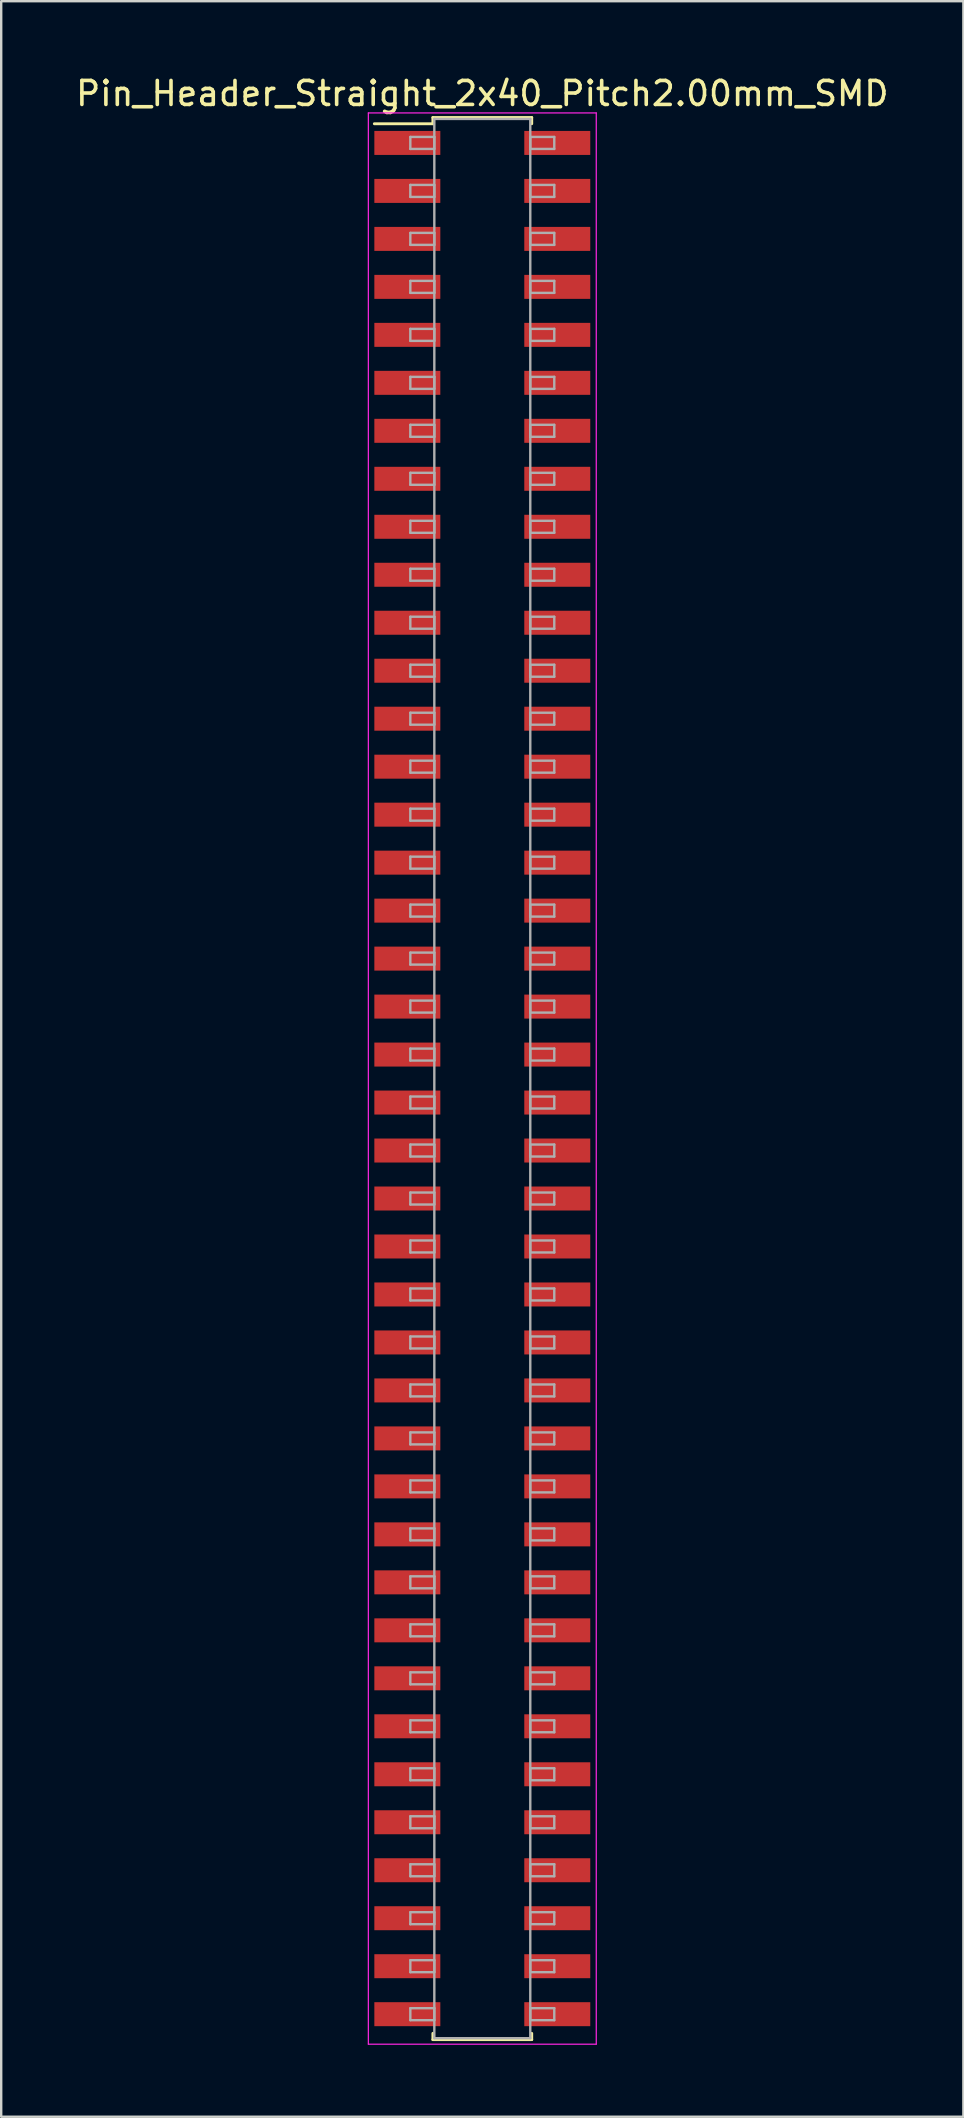
<source format=kicad_pcb>
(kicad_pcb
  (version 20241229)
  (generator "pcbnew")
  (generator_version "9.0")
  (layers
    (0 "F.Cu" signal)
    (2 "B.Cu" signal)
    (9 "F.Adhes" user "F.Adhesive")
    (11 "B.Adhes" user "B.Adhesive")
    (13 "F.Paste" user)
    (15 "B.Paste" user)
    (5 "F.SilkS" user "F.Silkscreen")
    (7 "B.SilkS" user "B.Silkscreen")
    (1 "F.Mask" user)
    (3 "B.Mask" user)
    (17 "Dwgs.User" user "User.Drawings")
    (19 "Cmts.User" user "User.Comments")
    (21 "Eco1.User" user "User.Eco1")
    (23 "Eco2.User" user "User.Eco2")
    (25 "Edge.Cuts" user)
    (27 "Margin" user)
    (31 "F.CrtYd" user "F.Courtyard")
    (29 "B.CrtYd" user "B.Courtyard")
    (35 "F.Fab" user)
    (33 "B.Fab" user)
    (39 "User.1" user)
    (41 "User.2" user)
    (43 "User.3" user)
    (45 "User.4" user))
  (footprint "Pin_Header_Straight_2x40_Pitch2.00mm_SMD"
    (layer "F.Cu")
    (at 17.054 41.908)
    (property "Reference" "Pin_Header_Straight_2x40_Pitch2.00mm_SMD" (at 0 -41.06 0) (layer "F.SilkS") (effects (font (size 1 1) (thickness 0.15))))
    (attr smd)
    (fp_line (start -4.5 -39.8) (end -2.06 -39.8) (stroke (width 0.12) (type solid)) (layer "F.SilkS"))
    (fp_line (start -2.06 -40.06) (end 2.06 -40.06) (stroke (width 0.12) (type solid)) (layer "F.SilkS"))
    (fp_line (start -2.06 -39.8) (end -2.06 -40.06) (stroke (width 0.12) (type solid)) (layer "F.SilkS"))
    (fp_line (start -2.06 39.8) (end -2.06 40.06) (stroke (width 0.12) (type solid)) (layer "F.SilkS"))
    (fp_line (start -2.06 40.06) (end 2.06 40.06) (stroke (width 0.12) (type solid)) (layer "F.SilkS"))
    (fp_line (start 2.06 -40.06) (end 2.06 -39.8) (stroke (width 0.12) (type solid)) (layer "F.SilkS"))
    (fp_line (start 2.06 40.06) (end 2.06 39.8) (stroke (width 0.12) (type solid)) (layer "F.SilkS"))
    (fp_line (start -4.75 -40.25) (end -4.75 40.25) (stroke (width 0.05) (type solid)) (layer "F.CrtYd"))
    (fp_line (start -4.75 40.25) (end 4.75 40.25) (stroke (width 0.05) (type solid)) (layer "F.CrtYd"))
    (fp_line (start 4.75 -40.25) (end -4.75 -40.25) (stroke (width 0.05) (type solid)) (layer "F.CrtYd"))
    (fp_line (start 4.75 40.25) (end 4.75 -40.25) (stroke (width 0.05) (type solid)) (layer "F.CrtYd"))
    (fp_line (start -3 -39.25) (end -2 -39.25) (stroke (width 0.1) (type solid)) (layer "F.Fab"))
    (fp_line (start -3 -38.75) (end -3 -39.25) (stroke (width 0.1) (type solid)) (layer "F.Fab"))
    (fp_line (start -3 -37.25) (end -2 -37.25) (stroke (width 0.1) (type solid)) (layer "F.Fab"))
    (fp_line (start -3 -36.75) (end -3 -37.25) (stroke (width 0.1) (type solid)) (layer "F.Fab"))
    (fp_line (start -3 -35.25) (end -2 -35.25) (stroke (width 0.1) (type solid)) (layer "F.Fab"))
    (fp_line (start -3 -34.75) (end -3 -35.25) (stroke (width 0.1) (type solid)) (layer "F.Fab"))
    (fp_line (start -3 -33.25) (end -2 -33.25) (stroke (width 0.1) (type solid)) (layer "F.Fab"))
    (fp_line (start -3 -32.75) (end -3 -33.25) (stroke (width 0.1) (type solid)) (layer "F.Fab"))
    (fp_line (start -3 -31.25) (end -2 -31.25) (stroke (width 0.1) (type solid)) (layer "F.Fab"))
    (fp_line (start -3 -30.75) (end -3 -31.25) (stroke (width 0.1) (type solid)) (layer "F.Fab"))
    (fp_line (start -3 -29.25) (end -2 -29.25) (stroke (width 0.1) (type solid)) (layer "F.Fab"))
    (fp_line (start -3 -28.75) (end -3 -29.25) (stroke (width 0.1) (type solid)) (layer "F.Fab"))
    (fp_line (start -3 -27.25) (end -2 -27.25) (stroke (width 0.1) (type solid)) (layer "F.Fab"))
    (fp_line (start -3 -26.75) (end -3 -27.25) (stroke (width 0.1) (type solid)) (layer "F.Fab"))
    (fp_line (start -3 -25.25) (end -2 -25.25) (stroke (width 0.1) (type solid)) (layer "F.Fab"))
    (fp_line (start -3 -24.75) (end -3 -25.25) (stroke (width 0.1) (type solid)) (layer "F.Fab"))
    (fp_line (start -3 -23.25) (end -2 -23.25) (stroke (width 0.1) (type solid)) (layer "F.Fab"))
    (fp_line (start -3 -22.75) (end -3 -23.25) (stroke (width 0.1) (type solid)) (layer "F.Fab"))
    (fp_line (start -3 -21.25) (end -2 -21.25) (stroke (width 0.1) (type solid)) (layer "F.Fab"))
    (fp_line (start -3 -20.75) (end -3 -21.25) (stroke (width 0.1) (type solid)) (layer "F.Fab"))
    (fp_line (start -3 -19.25) (end -2 -19.25) (stroke (width 0.1) (type solid)) (layer "F.Fab"))
    (fp_line (start -3 -18.75) (end -3 -19.25) (stroke (width 0.1) (type solid)) (layer "F.Fab"))
    (fp_line (start -3 -17.25) (end -2 -17.25) (stroke (width 0.1) (type solid)) (layer "F.Fab"))
    (fp_line (start -3 -16.75) (end -3 -17.25) (stroke (width 0.1) (type solid)) (layer "F.Fab"))
    (fp_line (start -3 -15.25) (end -2 -15.25) (stroke (width 0.1) (type solid)) (layer "F.Fab"))
    (fp_line (start -3 -14.75) (end -3 -15.25) (stroke (width 0.1) (type solid)) (layer "F.Fab"))
    (fp_line (start -3 -13.25) (end -2 -13.25) (stroke (width 0.1) (type solid)) (layer "F.Fab"))
    (fp_line (start -3 -12.75) (end -3 -13.25) (stroke (width 0.1) (type solid)) (layer "F.Fab"))
    (fp_line (start -3 -11.25) (end -2 -11.25) (stroke (width 0.1) (type solid)) (layer "F.Fab"))
    (fp_line (start -3 -10.75) (end -3 -11.25) (stroke (width 0.1) (type solid)) (layer "F.Fab"))
    (fp_line (start -3 -9.25) (end -2 -9.25) (stroke (width 0.1) (type solid)) (layer "F.Fab"))
    (fp_line (start -3 -8.75) (end -3 -9.25) (stroke (width 0.1) (type solid)) (layer "F.Fab"))
    (fp_line (start -3 -7.25) (end -2 -7.25) (stroke (width 0.1) (type solid)) (layer "F.Fab"))
    (fp_line (start -3 -6.75) (end -3 -7.25) (stroke (width 0.1) (type solid)) (layer "F.Fab"))
    (fp_line (start -3 -5.25) (end -2 -5.25) (stroke (width 0.1) (type solid)) (layer "F.Fab"))
    (fp_line (start -3 -4.75) (end -3 -5.25) (stroke (width 0.1) (type solid)) (layer "F.Fab"))
    (fp_line (start -3 -3.25) (end -2 -3.25) (stroke (width 0.1) (type solid)) (layer "F.Fab"))
    (fp_line (start -3 -2.75) (end -3 -3.25) (stroke (width 0.1) (type solid)) (layer "F.Fab"))
    (fp_line (start -3 -1.25) (end -2 -1.25) (stroke (width 0.1) (type solid)) (layer "F.Fab"))
    (fp_line (start -3 -0.75) (end -3 -1.25) (stroke (width 0.1) (type solid)) (layer "F.Fab"))
    (fp_line (start -3 0.75) (end -2 0.75) (stroke (width 0.1) (type solid)) (layer "F.Fab"))
    (fp_line (start -3 1.25) (end -3 0.75) (stroke (width 0.1) (type solid)) (layer "F.Fab"))
    (fp_line (start -3 2.75) (end -2 2.75) (stroke (width 0.1) (type solid)) (layer "F.Fab"))
    (fp_line (start -3 3.25) (end -3 2.75) (stroke (width 0.1) (type solid)) (layer "F.Fab"))
    (fp_line (start -3 4.75) (end -2 4.75) (stroke (width 0.1) (type solid)) (layer "F.Fab"))
    (fp_line (start -3 5.25) (end -3 4.75) (stroke (width 0.1) (type solid)) (layer "F.Fab"))
    (fp_line (start -3 6.75) (end -2 6.75) (stroke (width 0.1) (type solid)) (layer "F.Fab"))
    (fp_line (start -3 7.25) (end -3 6.75) (stroke (width 0.1) (type solid)) (layer "F.Fab"))
    (fp_line (start -3 8.75) (end -2 8.75) (stroke (width 0.1) (type solid)) (layer "F.Fab"))
    (fp_line (start -3 9.25) (end -3 8.75) (stroke (width 0.1) (type solid)) (layer "F.Fab"))
    (fp_line (start -3 10.75) (end -2 10.75) (stroke (width 0.1) (type solid)) (layer "F.Fab"))
    (fp_line (start -3 11.25) (end -3 10.75) (stroke (width 0.1) (type solid)) (layer "F.Fab"))
    (fp_line (start -3 12.75) (end -2 12.75) (stroke (width 0.1) (type solid)) (layer "F.Fab"))
    (fp_line (start -3 13.25) (end -3 12.75) (stroke (width 0.1) (type solid)) (layer "F.Fab"))
    (fp_line (start -3 14.75) (end -2 14.75) (stroke (width 0.1) (type solid)) (layer "F.Fab"))
    (fp_line (start -3 15.25) (end -3 14.75) (stroke (width 0.1) (type solid)) (layer "F.Fab"))
    (fp_line (start -3 16.75) (end -2 16.75) (stroke (width 0.1) (type solid)) (layer "F.Fab"))
    (fp_line (start -3 17.25) (end -3 16.75) (stroke (width 0.1) (type solid)) (layer "F.Fab"))
    (fp_line (start -3 18.75) (end -2 18.75) (stroke (width 0.1) (type solid)) (layer "F.Fab"))
    (fp_line (start -3 19.25) (end -3 18.75) (stroke (width 0.1) (type solid)) (layer "F.Fab"))
    (fp_line (start -3 20.75) (end -2 20.75) (stroke (width 0.1) (type solid)) (layer "F.Fab"))
    (fp_line (start -3 21.25) (end -3 20.75) (stroke (width 0.1) (type solid)) (layer "F.Fab"))
    (fp_line (start -3 22.75) (end -2 22.75) (stroke (width 0.1) (type solid)) (layer "F.Fab"))
    (fp_line (start -3 23.25) (end -3 22.75) (stroke (width 0.1) (type solid)) (layer "F.Fab"))
    (fp_line (start -3 24.75) (end -2 24.75) (stroke (width 0.1) (type solid)) (layer "F.Fab"))
    (fp_line (start -3 25.25) (end -3 24.75) (stroke (width 0.1) (type solid)) (layer "F.Fab"))
    (fp_line (start -3 26.75) (end -2 26.75) (stroke (width 0.1) (type solid)) (layer "F.Fab"))
    (fp_line (start -3 27.25) (end -3 26.75) (stroke (width 0.1) (type solid)) (layer "F.Fab"))
    (fp_line (start -3 28.75) (end -2 28.75) (stroke (width 0.1) (type solid)) (layer "F.Fab"))
    (fp_line (start -3 29.25) (end -3 28.75) (stroke (width 0.1) (type solid)) (layer "F.Fab"))
    (fp_line (start -3 30.75) (end -2 30.75) (stroke (width 0.1) (type solid)) (layer "F.Fab"))
    (fp_line (start -3 31.25) (end -3 30.75) (stroke (width 0.1) (type solid)) (layer "F.Fab"))
    (fp_line (start -3 32.75) (end -2 32.75) (stroke (width 0.1) (type solid)) (layer "F.Fab"))
    (fp_line (start -3 33.25) (end -3 32.75) (stroke (width 0.1) (type solid)) (layer "F.Fab"))
    (fp_line (start -3 34.75) (end -2 34.75) (stroke (width 0.1) (type solid)) (layer "F.Fab"))
    (fp_line (start -3 35.25) (end -3 34.75) (stroke (width 0.1) (type solid)) (layer "F.Fab"))
    (fp_line (start -3 36.75) (end -2 36.75) (stroke (width 0.1) (type solid)) (layer "F.Fab"))
    (fp_line (start -3 37.25) (end -3 36.75) (stroke (width 0.1) (type solid)) (layer "F.Fab"))
    (fp_line (start -3 38.75) (end -2 38.75) (stroke (width 0.1) (type solid)) (layer "F.Fab"))
    (fp_line (start -3 39.25) (end -3 38.75) (stroke (width 0.1) (type solid)) (layer "F.Fab"))
    (fp_line (start -2 -40) (end -2 40) (stroke (width 0.1) (type solid)) (layer "F.Fab"))
    (fp_line (start -2 -39.25) (end -2 -38.75) (stroke (width 0.1) (type solid)) (layer "F.Fab"))
    (fp_line (start -2 -38.75) (end -3 -38.75) (stroke (width 0.1) (type solid)) (layer "F.Fab"))
    (fp_line (start -2 -37.25) (end -2 -36.75) (stroke (width 0.1) (type solid)) (layer "F.Fab"))
    (fp_line (start -2 -36.75) (end -3 -36.75) (stroke (width 0.1) (type solid)) (layer "F.Fab"))
    (fp_line (start -2 -35.25) (end -2 -34.75) (stroke (width 0.1) (type solid)) (layer "F.Fab"))
    (fp_line (start -2 -34.75) (end -3 -34.75) (stroke (width 0.1) (type solid)) (layer "F.Fab"))
    (fp_line (start -2 -33.25) (end -2 -32.75) (stroke (width 0.1) (type solid)) (layer "F.Fab"))
    (fp_line (start -2 -32.75) (end -3 -32.75) (stroke (width 0.1) (type solid)) (layer "F.Fab"))
    (fp_line (start -2 -31.25) (end -2 -30.75) (stroke (width 0.1) (type solid)) (layer "F.Fab"))
    (fp_line (start -2 -30.75) (end -3 -30.75) (stroke (width 0.1) (type solid)) (layer "F.Fab"))
    (fp_line (start -2 -29.25) (end -2 -28.75) (stroke (width 0.1) (type solid)) (layer "F.Fab"))
    (fp_line (start -2 -28.75) (end -3 -28.75) (stroke (width 0.1) (type solid)) (layer "F.Fab"))
    (fp_line (start -2 -27.25) (end -2 -26.75) (stroke (width 0.1) (type solid)) (layer "F.Fab"))
    (fp_line (start -2 -26.75) (end -3 -26.75) (stroke (width 0.1) (type solid)) (layer "F.Fab"))
    (fp_line (start -2 -25.25) (end -2 -24.75) (stroke (width 0.1) (type solid)) (layer "F.Fab"))
    (fp_line (start -2 -24.75) (end -3 -24.75) (stroke (width 0.1) (type solid)) (layer "F.Fab"))
    (fp_line (start -2 -23.25) (end -2 -22.75) (stroke (width 0.1) (type solid)) (layer "F.Fab"))
    (fp_line (start -2 -22.75) (end -3 -22.75) (stroke (width 0.1) (type solid)) (layer "F.Fab"))
    (fp_line (start -2 -21.25) (end -2 -20.75) (stroke (width 0.1) (type solid)) (layer "F.Fab"))
    (fp_line (start -2 -20.75) (end -3 -20.75) (stroke (width 0.1) (type solid)) (layer "F.Fab"))
    (fp_line (start -2 -19.25) (end -2 -18.75) (stroke (width 0.1) (type solid)) (layer "F.Fab"))
    (fp_line (start -2 -18.75) (end -3 -18.75) (stroke (width 0.1) (type solid)) (layer "F.Fab"))
    (fp_line (start -2 -17.25) (end -2 -16.75) (stroke (width 0.1) (type solid)) (layer "F.Fab"))
    (fp_line (start -2 -16.75) (end -3 -16.75) (stroke (width 0.1) (type solid)) (layer "F.Fab"))
    (fp_line (start -2 -15.25) (end -2 -14.75) (stroke (width 0.1) (type solid)) (layer "F.Fab"))
    (fp_line (start -2 -14.75) (end -3 -14.75) (stroke (width 0.1) (type solid)) (layer "F.Fab"))
    (fp_line (start -2 -13.25) (end -2 -12.75) (stroke (width 0.1) (type solid)) (layer "F.Fab"))
    (fp_line (start -2 -12.75) (end -3 -12.75) (stroke (width 0.1) (type solid)) (layer "F.Fab"))
    (fp_line (start -2 -11.25) (end -2 -10.75) (stroke (width 0.1) (type solid)) (layer "F.Fab"))
    (fp_line (start -2 -10.75) (end -3 -10.75) (stroke (width 0.1) (type solid)) (layer "F.Fab"))
    (fp_line (start -2 -9.25) (end -2 -8.75) (stroke (width 0.1) (type solid)) (layer "F.Fab"))
    (fp_line (start -2 -8.75) (end -3 -8.75) (stroke (width 0.1) (type solid)) (layer "F.Fab"))
    (fp_line (start -2 -7.25) (end -2 -6.75) (stroke (width 0.1) (type solid)) (layer "F.Fab"))
    (fp_line (start -2 -6.75) (end -3 -6.75) (stroke (width 0.1) (type solid)) (layer "F.Fab"))
    (fp_line (start -2 -5.25) (end -2 -4.75) (stroke (width 0.1) (type solid)) (layer "F.Fab"))
    (fp_line (start -2 -4.75) (end -3 -4.75) (stroke (width 0.1) (type solid)) (layer "F.Fab"))
    (fp_line (start -2 -3.25) (end -2 -2.75) (stroke (width 0.1) (type solid)) (layer "F.Fab"))
    (fp_line (start -2 -2.75) (end -3 -2.75) (stroke (width 0.1) (type solid)) (layer "F.Fab"))
    (fp_line (start -2 -1.25) (end -2 -0.75) (stroke (width 0.1) (type solid)) (layer "F.Fab"))
    (fp_line (start -2 -0.75) (end -3 -0.75) (stroke (width 0.1) (type solid)) (layer "F.Fab"))
    (fp_line (start -2 0.75) (end -2 1.25) (stroke (width 0.1) (type solid)) (layer "F.Fab"))
    (fp_line (start -2 1.25) (end -3 1.25) (stroke (width 0.1) (type solid)) (layer "F.Fab"))
    (fp_line (start -2 2.75) (end -2 3.25) (stroke (width 0.1) (type solid)) (layer "F.Fab"))
    (fp_line (start -2 3.25) (end -3 3.25) (stroke (width 0.1) (type solid)) (layer "F.Fab"))
    (fp_line (start -2 4.75) (end -2 5.25) (stroke (width 0.1) (type solid)) (layer "F.Fab"))
    (fp_line (start -2 5.25) (end -3 5.25) (stroke (width 0.1) (type solid)) (layer "F.Fab"))
    (fp_line (start -2 6.75) (end -2 7.25) (stroke (width 0.1) (type solid)) (layer "F.Fab"))
    (fp_line (start -2 7.25) (end -3 7.25) (stroke (width 0.1) (type solid)) (layer "F.Fab"))
    (fp_line (start -2 8.75) (end -2 9.25) (stroke (width 0.1) (type solid)) (layer "F.Fab"))
    (fp_line (start -2 9.25) (end -3 9.25) (stroke (width 0.1) (type solid)) (layer "F.Fab"))
    (fp_line (start -2 10.75) (end -2 11.25) (stroke (width 0.1) (type solid)) (layer "F.Fab"))
    (fp_line (start -2 11.25) (end -3 11.25) (stroke (width 0.1) (type solid)) (layer "F.Fab"))
    (fp_line (start -2 12.75) (end -2 13.25) (stroke (width 0.1) (type solid)) (layer "F.Fab"))
    (fp_line (start -2 13.25) (end -3 13.25) (stroke (width 0.1) (type solid)) (layer "F.Fab"))
    (fp_line (start -2 14.75) (end -2 15.25) (stroke (width 0.1) (type solid)) (layer "F.Fab"))
    (fp_line (start -2 15.25) (end -3 15.25) (stroke (width 0.1) (type solid)) (layer "F.Fab"))
    (fp_line (start -2 16.75) (end -2 17.25) (stroke (width 0.1) (type solid)) (layer "F.Fab"))
    (fp_line (start -2 17.25) (end -3 17.25) (stroke (width 0.1) (type solid)) (layer "F.Fab"))
    (fp_line (start -2 18.75) (end -2 19.25) (stroke (width 0.1) (type solid)) (layer "F.Fab"))
    (fp_line (start -2 19.25) (end -3 19.25) (stroke (width 0.1) (type solid)) (layer "F.Fab"))
    (fp_line (start -2 20.75) (end -2 21.25) (stroke (width 0.1) (type solid)) (layer "F.Fab"))
    (fp_line (start -2 21.25) (end -3 21.25) (stroke (width 0.1) (type solid)) (layer "F.Fab"))
    (fp_line (start -2 22.75) (end -2 23.25) (stroke (width 0.1) (type solid)) (layer "F.Fab"))
    (fp_line (start -2 23.25) (end -3 23.25) (stroke (width 0.1) (type solid)) (layer "F.Fab"))
    (fp_line (start -2 24.75) (end -2 25.25) (stroke (width 0.1) (type solid)) (layer "F.Fab"))
    (fp_line (start -2 25.25) (end -3 25.25) (stroke (width 0.1) (type solid)) (layer "F.Fab"))
    (fp_line (start -2 26.75) (end -2 27.25) (stroke (width 0.1) (type solid)) (layer "F.Fab"))
    (fp_line (start -2 27.25) (end -3 27.25) (stroke (width 0.1) (type solid)) (layer "F.Fab"))
    (fp_line (start -2 28.75) (end -2 29.25) (stroke (width 0.1) (type solid)) (layer "F.Fab"))
    (fp_line (start -2 29.25) (end -3 29.25) (stroke (width 0.1) (type solid)) (layer "F.Fab"))
    (fp_line (start -2 30.75) (end -2 31.25) (stroke (width 0.1) (type solid)) (layer "F.Fab"))
    (fp_line (start -2 31.25) (end -3 31.25) (stroke (width 0.1) (type solid)) (layer "F.Fab"))
    (fp_line (start -2 32.75) (end -2 33.25) (stroke (width 0.1) (type solid)) (layer "F.Fab"))
    (fp_line (start -2 33.25) (end -3 33.25) (stroke (width 0.1) (type solid)) (layer "F.Fab"))
    (fp_line (start -2 34.75) (end -2 35.25) (stroke (width 0.1) (type solid)) (layer "F.Fab"))
    (fp_line (start -2 35.25) (end -3 35.25) (stroke (width 0.1) (type solid)) (layer "F.Fab"))
    (fp_line (start -2 36.75) (end -2 37.25) (stroke (width 0.1) (type solid)) (layer "F.Fab"))
    (fp_line (start -2 37.25) (end -3 37.25) (stroke (width 0.1) (type solid)) (layer "F.Fab"))
    (fp_line (start -2 38.75) (end -2 39.25) (stroke (width 0.1) (type solid)) (layer "F.Fab"))
    (fp_line (start -2 39.25) (end -3 39.25) (stroke (width 0.1) (type solid)) (layer "F.Fab"))
    (fp_line (start -2 40) (end 2 40) (stroke (width 0.1) (type solid)) (layer "F.Fab"))
    (fp_line (start 2 -40) (end -2 -40) (stroke (width 0.1) (type solid)) (layer "F.Fab"))
    (fp_line (start 2 -39.25) (end 2 -38.75) (stroke (width 0.1) (type solid)) (layer "F.Fab"))
    (fp_line (start 2 -38.75) (end 3 -38.75) (stroke (width 0.1) (type solid)) (layer "F.Fab"))
    (fp_line (start 2 -37.25) (end 2 -36.75) (stroke (width 0.1) (type solid)) (layer "F.Fab"))
    (fp_line (start 2 -36.75) (end 3 -36.75) (stroke (width 0.1) (type solid)) (layer "F.Fab"))
    (fp_line (start 2 -35.25) (end 2 -34.75) (stroke (width 0.1) (type solid)) (layer "F.Fab"))
    (fp_line (start 2 -34.75) (end 3 -34.75) (stroke (width 0.1) (type solid)) (layer "F.Fab"))
    (fp_line (start 2 -33.25) (end 2 -32.75) (stroke (width 0.1) (type solid)) (layer "F.Fab"))
    (fp_line (start 2 -32.75) (end 3 -32.75) (stroke (width 0.1) (type solid)) (layer "F.Fab"))
    (fp_line (start 2 -31.25) (end 2 -30.75) (stroke (width 0.1) (type solid)) (layer "F.Fab"))
    (fp_line (start 2 -30.75) (end 3 -30.75) (stroke (width 0.1) (type solid)) (layer "F.Fab"))
    (fp_line (start 2 -29.25) (end 2 -28.75) (stroke (width 0.1) (type solid)) (layer "F.Fab"))
    (fp_line (start 2 -28.75) (end 3 -28.75) (stroke (width 0.1) (type solid)) (layer "F.Fab"))
    (fp_line (start 2 -27.25) (end 2 -26.75) (stroke (width 0.1) (type solid)) (layer "F.Fab"))
    (fp_line (start 2 -26.75) (end 3 -26.75) (stroke (width 0.1) (type solid)) (layer "F.Fab"))
    (fp_line (start 2 -25.25) (end 2 -24.75) (stroke (width 0.1) (type solid)) (layer "F.Fab"))
    (fp_line (start 2 -24.75) (end 3 -24.75) (stroke (width 0.1) (type solid)) (layer "F.Fab"))
    (fp_line (start 2 -23.25) (end 2 -22.75) (stroke (width 0.1) (type solid)) (layer "F.Fab"))
    (fp_line (start 2 -22.75) (end 3 -22.75) (stroke (width 0.1) (type solid)) (layer "F.Fab"))
    (fp_line (start 2 -21.25) (end 2 -20.75) (stroke (width 0.1) (type solid)) (layer "F.Fab"))
    (fp_line (start 2 -20.75) (end 3 -20.75) (stroke (width 0.1) (type solid)) (layer "F.Fab"))
    (fp_line (start 2 -19.25) (end 2 -18.75) (stroke (width 0.1) (type solid)) (layer "F.Fab"))
    (fp_line (start 2 -18.75) (end 3 -18.75) (stroke (width 0.1) (type solid)) (layer "F.Fab"))
    (fp_line (start 2 -17.25) (end 2 -16.75) (stroke (width 0.1) (type solid)) (layer "F.Fab"))
    (fp_line (start 2 -16.75) (end 3 -16.75) (stroke (width 0.1) (type solid)) (layer "F.Fab"))
    (fp_line (start 2 -15.25) (end 2 -14.75) (stroke (width 0.1) (type solid)) (layer "F.Fab"))
    (fp_line (start 2 -14.75) (end 3 -14.75) (stroke (width 0.1) (type solid)) (layer "F.Fab"))
    (fp_line (start 2 -13.25) (end 2 -12.75) (stroke (width 0.1) (type solid)) (layer "F.Fab"))
    (fp_line (start 2 -12.75) (end 3 -12.75) (stroke (width 0.1) (type solid)) (layer "F.Fab"))
    (fp_line (start 2 -11.25) (end 2 -10.75) (stroke (width 0.1) (type solid)) (layer "F.Fab"))
    (fp_line (start 2 -10.75) (end 3 -10.75) (stroke (width 0.1) (type solid)) (layer "F.Fab"))
    (fp_line (start 2 -9.25) (end 2 -8.75) (stroke (width 0.1) (type solid)) (layer "F.Fab"))
    (fp_line (start 2 -8.75) (end 3 -8.75) (stroke (width 0.1) (type solid)) (layer "F.Fab"))
    (fp_line (start 2 -7.25) (end 2 -6.75) (stroke (width 0.1) (type solid)) (layer "F.Fab"))
    (fp_line (start 2 -6.75) (end 3 -6.75) (stroke (width 0.1) (type solid)) (layer "F.Fab"))
    (fp_line (start 2 -5.25) (end 2 -4.75) (stroke (width 0.1) (type solid)) (layer "F.Fab"))
    (fp_line (start 2 -4.75) (end 3 -4.75) (stroke (width 0.1) (type solid)) (layer "F.Fab"))
    (fp_line (start 2 -3.25) (end 2 -2.75) (stroke (width 0.1) (type solid)) (layer "F.Fab"))
    (fp_line (start 2 -2.75) (end 3 -2.75) (stroke (width 0.1) (type solid)) (layer "F.Fab"))
    (fp_line (start 2 -1.25) (end 2 -0.75) (stroke (width 0.1) (type solid)) (layer "F.Fab"))
    (fp_line (start 2 -0.75) (end 3 -0.75) (stroke (width 0.1) (type solid)) (layer "F.Fab"))
    (fp_line (start 2 0.75) (end 2 1.25) (stroke (width 0.1) (type solid)) (layer "F.Fab"))
    (fp_line (start 2 1.25) (end 3 1.25) (stroke (width 0.1) (type solid)) (layer "F.Fab"))
    (fp_line (start 2 2.75) (end 2 3.25) (stroke (width 0.1) (type solid)) (layer "F.Fab"))
    (fp_line (start 2 3.25) (end 3 3.25) (stroke (width 0.1) (type solid)) (layer "F.Fab"))
    (fp_line (start 2 4.75) (end 2 5.25) (stroke (width 0.1) (type solid)) (layer "F.Fab"))
    (fp_line (start 2 5.25) (end 3 5.25) (stroke (width 0.1) (type solid)) (layer "F.Fab"))
    (fp_line (start 2 6.75) (end 2 7.25) (stroke (width 0.1) (type solid)) (layer "F.Fab"))
    (fp_line (start 2 7.25) (end 3 7.25) (stroke (width 0.1) (type solid)) (layer "F.Fab"))
    (fp_line (start 2 8.75) (end 2 9.25) (stroke (width 0.1) (type solid)) (layer "F.Fab"))
    (fp_line (start 2 9.25) (end 3 9.25) (stroke (width 0.1) (type solid)) (layer "F.Fab"))
    (fp_line (start 2 10.75) (end 2 11.25) (stroke (width 0.1) (type solid)) (layer "F.Fab"))
    (fp_line (start 2 11.25) (end 3 11.25) (stroke (width 0.1) (type solid)) (layer "F.Fab"))
    (fp_line (start 2 12.75) (end 2 13.25) (stroke (width 0.1) (type solid)) (layer "F.Fab"))
    (fp_line (start 2 13.25) (end 3 13.25) (stroke (width 0.1) (type solid)) (layer "F.Fab"))
    (fp_line (start 2 14.75) (end 2 15.25) (stroke (width 0.1) (type solid)) (layer "F.Fab"))
    (fp_line (start 2 15.25) (end 3 15.25) (stroke (width 0.1) (type solid)) (layer "F.Fab"))
    (fp_line (start 2 16.75) (end 2 17.25) (stroke (width 0.1) (type solid)) (layer "F.Fab"))
    (fp_line (start 2 17.25) (end 3 17.25) (stroke (width 0.1) (type solid)) (layer "F.Fab"))
    (fp_line (start 2 18.75) (end 2 19.25) (stroke (width 0.1) (type solid)) (layer "F.Fab"))
    (fp_line (start 2 19.25) (end 3 19.25) (stroke (width 0.1) (type solid)) (layer "F.Fab"))
    (fp_line (start 2 20.75) (end 2 21.25) (stroke (width 0.1) (type solid)) (layer "F.Fab"))
    (fp_line (start 2 21.25) (end 3 21.25) (stroke (width 0.1) (type solid)) (layer "F.Fab"))
    (fp_line (start 2 22.75) (end 2 23.25) (stroke (width 0.1) (type solid)) (layer "F.Fab"))
    (fp_line (start 2 23.25) (end 3 23.25) (stroke (width 0.1) (type solid)) (layer "F.Fab"))
    (fp_line (start 2 24.75) (end 2 25.25) (stroke (width 0.1) (type solid)) (layer "F.Fab"))
    (fp_line (start 2 25.25) (end 3 25.25) (stroke (width 0.1) (type solid)) (layer "F.Fab"))
    (fp_line (start 2 26.75) (end 2 27.25) (stroke (width 0.1) (type solid)) (layer "F.Fab"))
    (fp_line (start 2 27.25) (end 3 27.25) (stroke (width 0.1) (type solid)) (layer "F.Fab"))
    (fp_line (start 2 28.75) (end 2 29.25) (stroke (width 0.1) (type solid)) (layer "F.Fab"))
    (fp_line (start 2 29.25) (end 3 29.25) (stroke (width 0.1) (type solid)) (layer "F.Fab"))
    (fp_line (start 2 30.75) (end 2 31.25) (stroke (width 0.1) (type solid)) (layer "F.Fab"))
    (fp_line (start 2 31.25) (end 3 31.25) (stroke (width 0.1) (type solid)) (layer "F.Fab"))
    (fp_line (start 2 32.75) (end 2 33.25) (stroke (width 0.1) (type solid)) (layer "F.Fab"))
    (fp_line (start 2 33.25) (end 3 33.25) (stroke (width 0.1) (type solid)) (layer "F.Fab"))
    (fp_line (start 2 34.75) (end 2 35.25) (stroke (width 0.1) (type solid)) (layer "F.Fab"))
    (fp_line (start 2 35.25) (end 3 35.25) (stroke (width 0.1) (type solid)) (layer "F.Fab"))
    (fp_line (start 2 36.75) (end 2 37.25) (stroke (width 0.1) (type solid)) (layer "F.Fab"))
    (fp_line (start 2 37.25) (end 3 37.25) (stroke (width 0.1) (type solid)) (layer "F.Fab"))
    (fp_line (start 2 38.75) (end 2 39.25) (stroke (width 0.1) (type solid)) (layer "F.Fab"))
    (fp_line (start 2 39.25) (end 3 39.25) (stroke (width 0.1) (type solid)) (layer "F.Fab"))
    (fp_line (start 2 40) (end 2 -40) (stroke (width 0.1) (type solid)) (layer "F.Fab"))
    (fp_line (start 3 -39.25) (end 2 -39.25) (stroke (width 0.1) (type solid)) (layer "F.Fab"))
    (fp_line (start 3 -38.75) (end 3 -39.25) (stroke (width 0.1) (type solid)) (layer "F.Fab"))
    (fp_line (start 3 -37.25) (end 2 -37.25) (stroke (width 0.1) (type solid)) (layer "F.Fab"))
    (fp_line (start 3 -36.75) (end 3 -37.25) (stroke (width 0.1) (type solid)) (layer "F.Fab"))
    (fp_line (start 3 -35.25) (end 2 -35.25) (stroke (width 0.1) (type solid)) (layer "F.Fab"))
    (fp_line (start 3 -34.75) (end 3 -35.25) (stroke (width 0.1) (type solid)) (layer "F.Fab"))
    (fp_line (start 3 -33.25) (end 2 -33.25) (stroke (width 0.1) (type solid)) (layer "F.Fab"))
    (fp_line (start 3 -32.75) (end 3 -33.25) (stroke (width 0.1) (type solid)) (layer "F.Fab"))
    (fp_line (start 3 -31.25) (end 2 -31.25) (stroke (width 0.1) (type solid)) (layer "F.Fab"))
    (fp_line (start 3 -30.75) (end 3 -31.25) (stroke (width 0.1) (type solid)) (layer "F.Fab"))
    (fp_line (start 3 -29.25) (end 2 -29.25) (stroke (width 0.1) (type solid)) (layer "F.Fab"))
    (fp_line (start 3 -28.75) (end 3 -29.25) (stroke (width 0.1) (type solid)) (layer "F.Fab"))
    (fp_line (start 3 -27.25) (end 2 -27.25) (stroke (width 0.1) (type solid)) (layer "F.Fab"))
    (fp_line (start 3 -26.75) (end 3 -27.25) (stroke (width 0.1) (type solid)) (layer "F.Fab"))
    (fp_line (start 3 -25.25) (end 2 -25.25) (stroke (width 0.1) (type solid)) (layer "F.Fab"))
    (fp_line (start 3 -24.75) (end 3 -25.25) (stroke (width 0.1) (type solid)) (layer "F.Fab"))
    (fp_line (start 3 -23.25) (end 2 -23.25) (stroke (width 0.1) (type solid)) (layer "F.Fab"))
    (fp_line (start 3 -22.75) (end 3 -23.25) (stroke (width 0.1) (type solid)) (layer "F.Fab"))
    (fp_line (start 3 -21.25) (end 2 -21.25) (stroke (width 0.1) (type solid)) (layer "F.Fab"))
    (fp_line (start 3 -20.75) (end 3 -21.25) (stroke (width 0.1) (type solid)) (layer "F.Fab"))
    (fp_line (start 3 -19.25) (end 2 -19.25) (stroke (width 0.1) (type solid)) (layer "F.Fab"))
    (fp_line (start 3 -18.75) (end 3 -19.25) (stroke (width 0.1) (type solid)) (layer "F.Fab"))
    (fp_line (start 3 -17.25) (end 2 -17.25) (stroke (width 0.1) (type solid)) (layer "F.Fab"))
    (fp_line (start 3 -16.75) (end 3 -17.25) (stroke (width 0.1) (type solid)) (layer "F.Fab"))
    (fp_line (start 3 -15.25) (end 2 -15.25) (stroke (width 0.1) (type solid)) (layer "F.Fab"))
    (fp_line (start 3 -14.75) (end 3 -15.25) (stroke (width 0.1) (type solid)) (layer "F.Fab"))
    (fp_line (start 3 -13.25) (end 2 -13.25) (stroke (width 0.1) (type solid)) (layer "F.Fab"))
    (fp_line (start 3 -12.75) (end 3 -13.25) (stroke (width 0.1) (type solid)) (layer "F.Fab"))
    (fp_line (start 3 -11.25) (end 2 -11.25) (stroke (width 0.1) (type solid)) (layer "F.Fab"))
    (fp_line (start 3 -10.75) (end 3 -11.25) (stroke (width 0.1) (type solid)) (layer "F.Fab"))
    (fp_line (start 3 -9.25) (end 2 -9.25) (stroke (width 0.1) (type solid)) (layer "F.Fab"))
    (fp_line (start 3 -8.75) (end 3 -9.25) (stroke (width 0.1) (type solid)) (layer "F.Fab"))
    (fp_line (start 3 -7.25) (end 2 -7.25) (stroke (width 0.1) (type solid)) (layer "F.Fab"))
    (fp_line (start 3 -6.75) (end 3 -7.25) (stroke (width 0.1) (type solid)) (layer "F.Fab"))
    (fp_line (start 3 -5.25) (end 2 -5.25) (stroke (width 0.1) (type solid)) (layer "F.Fab"))
    (fp_line (start 3 -4.75) (end 3 -5.25) (stroke (width 0.1) (type solid)) (layer "F.Fab"))
    (fp_line (start 3 -3.25) (end 2 -3.25) (stroke (width 0.1) (type solid)) (layer "F.Fab"))
    (fp_line (start 3 -2.75) (end 3 -3.25) (stroke (width 0.1) (type solid)) (layer "F.Fab"))
    (fp_line (start 3 -1.25) (end 2 -1.25) (stroke (width 0.1) (type solid)) (layer "F.Fab"))
    (fp_line (start 3 -0.75) (end 3 -1.25) (stroke (width 0.1) (type solid)) (layer "F.Fab"))
    (fp_line (start 3 0.75) (end 2 0.75) (stroke (width 0.1) (type solid)) (layer "F.Fab"))
    (fp_line (start 3 1.25) (end 3 0.75) (stroke (width 0.1) (type solid)) (layer "F.Fab"))
    (fp_line (start 3 2.75) (end 2 2.75) (stroke (width 0.1) (type solid)) (layer "F.Fab"))
    (fp_line (start 3 3.25) (end 3 2.75) (stroke (width 0.1) (type solid)) (layer "F.Fab"))
    (fp_line (start 3 4.75) (end 2 4.75) (stroke (width 0.1) (type solid)) (layer "F.Fab"))
    (fp_line (start 3 5.25) (end 3 4.75) (stroke (width 0.1) (type solid)) (layer "F.Fab"))
    (fp_line (start 3 6.75) (end 2 6.75) (stroke (width 0.1) (type solid)) (layer "F.Fab"))
    (fp_line (start 3 7.25) (end 3 6.75) (stroke (width 0.1) (type solid)) (layer "F.Fab"))
    (fp_line (start 3 8.75) (end 2 8.75) (stroke (width 0.1) (type solid)) (layer "F.Fab"))
    (fp_line (start 3 9.25) (end 3 8.75) (stroke (width 0.1) (type solid)) (layer "F.Fab"))
    (fp_line (start 3 10.75) (end 2 10.75) (stroke (width 0.1) (type solid)) (layer "F.Fab"))
    (fp_line (start 3 11.25) (end 3 10.75) (stroke (width 0.1) (type solid)) (layer "F.Fab"))
    (fp_line (start 3 12.75) (end 2 12.75) (stroke (width 0.1) (type solid)) (layer "F.Fab"))
    (fp_line (start 3 13.25) (end 3 12.75) (stroke (width 0.1) (type solid)) (layer "F.Fab"))
    (fp_line (start 3 14.75) (end 2 14.75) (stroke (width 0.1) (type solid)) (layer "F.Fab"))
    (fp_line (start 3 15.25) (end 3 14.75) (stroke (width 0.1) (type solid)) (layer "F.Fab"))
    (fp_line (start 3 16.75) (end 2 16.75) (stroke (width 0.1) (type solid)) (layer "F.Fab"))
    (fp_line (start 3 17.25) (end 3 16.75) (stroke (width 0.1) (type solid)) (layer "F.Fab"))
    (fp_line (start 3 18.75) (end 2 18.75) (stroke (width 0.1) (type solid)) (layer "F.Fab"))
    (fp_line (start 3 19.25) (end 3 18.75) (stroke (width 0.1) (type solid)) (layer "F.Fab"))
    (fp_line (start 3 20.75) (end 2 20.75) (stroke (width 0.1) (type solid)) (layer "F.Fab"))
    (fp_line (start 3 21.25) (end 3 20.75) (stroke (width 0.1) (type solid)) (layer "F.Fab"))
    (fp_line (start 3 22.75) (end 2 22.75) (stroke (width 0.1) (type solid)) (layer "F.Fab"))
    (fp_line (start 3 23.25) (end 3 22.75) (stroke (width 0.1) (type solid)) (layer "F.Fab"))
    (fp_line (start 3 24.75) (end 2 24.75) (stroke (width 0.1) (type solid)) (layer "F.Fab"))
    (fp_line (start 3 25.25) (end 3 24.75) (stroke (width 0.1) (type solid)) (layer "F.Fab"))
    (fp_line (start 3 26.75) (end 2 26.75) (stroke (width 0.1) (type solid)) (layer "F.Fab"))
    (fp_line (start 3 27.25) (end 3 26.75) (stroke (width 0.1) (type solid)) (layer "F.Fab"))
    (fp_line (start 3 28.75) (end 2 28.75) (stroke (width 0.1) (type solid)) (layer "F.Fab"))
    (fp_line (start 3 29.25) (end 3 28.75) (stroke (width 0.1) (type solid)) (layer "F.Fab"))
    (fp_line (start 3 30.75) (end 2 30.75) (stroke (width 0.1) (type solid)) (layer "F.Fab"))
    (fp_line (start 3 31.25) (end 3 30.75) (stroke (width 0.1) (type solid)) (layer "F.Fab"))
    (fp_line (start 3 32.75) (end 2 32.75) (stroke (width 0.1) (type solid)) (layer "F.Fab"))
    (fp_line (start 3 33.25) (end 3 32.75) (stroke (width 0.1) (type solid)) (layer "F.Fab"))
    (fp_line (start 3 34.75) (end 2 34.75) (stroke (width 0.1) (type solid)) (layer "F.Fab"))
    (fp_line (start 3 35.25) (end 3 34.75) (stroke (width 0.1) (type solid)) (layer "F.Fab"))
    (fp_line (start 3 36.75) (end 2 36.75) (stroke (width 0.1) (type solid)) (layer "F.Fab"))
    (fp_line (start 3 37.25) (end 3 36.75) (stroke (width 0.1) (type solid)) (layer "F.Fab"))
    (fp_line (start 3 38.75) (end 2 38.75) (stroke (width 0.1) (type solid)) (layer "F.Fab"))
    (fp_line (start 3 39.25) (end 3 38.75) (stroke (width 0.1) (type solid)) (layer "F.Fab"))
    (pad "1" smd rect (at -3.125 -39) (size 2.75 1) (layers "F.Cu" "F.Mask"))
    (pad "2" smd rect (at 3.125 -39) (size 2.75 1) (layers "F.Cu" "F.Mask"))
    (pad "3" smd rect (at -3.125 -37) (size 2.75 1) (layers "F.Cu" "F.Mask"))
    (pad "4" smd rect (at 3.125 -37) (size 2.75 1) (layers "F.Cu" "F.Mask"))
    (pad "5" smd rect (at -3.125 -35) (size 2.75 1) (layers "F.Cu" "F.Mask"))
    (pad "6" smd rect (at 3.125 -35) (size 2.75 1) (layers "F.Cu" "F.Mask"))
    (pad "7" smd rect (at -3.125 -33) (size 2.75 1) (layers "F.Cu" "F.Mask"))
    (pad "8" smd rect (at 3.125 -33) (size 2.75 1) (layers "F.Cu" "F.Mask"))
    (pad "9" smd rect (at -3.125 -31) (size 2.75 1) (layers "F.Cu" "F.Mask"))
    (pad "10" smd rect (at 3.125 -31) (size 2.75 1) (layers "F.Cu" "F.Mask"))
    (pad "11" smd rect (at -3.125 -29) (size 2.75 1) (layers "F.Cu" "F.Mask"))
    (pad "12" smd rect (at 3.125 -29) (size 2.75 1) (layers "F.Cu" "F.Mask"))
    (pad "13" smd rect (at -3.125 -27) (size 2.75 1) (layers "F.Cu" "F.Mask"))
    (pad "14" smd rect (at 3.125 -27) (size 2.75 1) (layers "F.Cu" "F.Mask"))
    (pad "15" smd rect (at -3.125 -25) (size 2.75 1) (layers "F.Cu" "F.Mask"))
    (pad "16" smd rect (at 3.125 -25) (size 2.75 1) (layers "F.Cu" "F.Mask"))
    (pad "17" smd rect (at -3.125 -23) (size 2.75 1) (layers "F.Cu" "F.Mask"))
    (pad "18" smd rect (at 3.125 -23) (size 2.75 1) (layers "F.Cu" "F.Mask"))
    (pad "19" smd rect (at -3.125 -21) (size 2.75 1) (layers "F.Cu" "F.Mask"))
    (pad "20" smd rect (at 3.125 -21) (size 2.75 1) (layers "F.Cu" "F.Mask"))
    (pad "21" smd rect (at -3.125 -19) (size 2.75 1) (layers "F.Cu" "F.Mask"))
    (pad "22" smd rect (at 3.125 -19) (size 2.75 1) (layers "F.Cu" "F.Mask"))
    (pad "23" smd rect (at -3.125 -17) (size 2.75 1) (layers "F.Cu" "F.Mask"))
    (pad "24" smd rect (at 3.125 -17) (size 2.75 1) (layers "F.Cu" "F.Mask"))
    (pad "25" smd rect (at -3.125 -15) (size 2.75 1) (layers "F.Cu" "F.Mask"))
    (pad "26" smd rect (at 3.125 -15) (size 2.75 1) (layers "F.Cu" "F.Mask"))
    (pad "27" smd rect (at -3.125 -13) (size 2.75 1) (layers "F.Cu" "F.Mask"))
    (pad "28" smd rect (at 3.125 -13) (size 2.75 1) (layers "F.Cu" "F.Mask"))
    (pad "29" smd rect (at -3.125 -11) (size 2.75 1) (layers "F.Cu" "F.Mask"))
    (pad "30" smd rect (at 3.125 -11) (size 2.75 1) (layers "F.Cu" "F.Mask"))
    (pad "31" smd rect (at -3.125 -9) (size 2.75 1) (layers "F.Cu" "F.Mask"))
    (pad "32" smd rect (at 3.125 -9) (size 2.75 1) (layers "F.Cu" "F.Mask"))
    (pad "33" smd rect (at -3.125 -7) (size 2.75 1) (layers "F.Cu" "F.Mask"))
    (pad "34" smd rect (at 3.125 -7) (size 2.75 1) (layers "F.Cu" "F.Mask"))
    (pad "35" smd rect (at -3.125 -5) (size 2.75 1) (layers "F.Cu" "F.Mask"))
    (pad "36" smd rect (at 3.125 -5) (size 2.75 1) (layers "F.Cu" "F.Mask"))
    (pad "37" smd rect (at -3.125 -3) (size 2.75 1) (layers "F.Cu" "F.Mask"))
    (pad "38" smd rect (at 3.125 -3) (size 2.75 1) (layers "F.Cu" "F.Mask"))
    (pad "39" smd rect (at -3.125 -1) (size 2.75 1) (layers "F.Cu" "F.Mask"))
    (pad "40" smd rect (at 3.125 -1) (size 2.75 1) (layers "F.Cu" "F.Mask"))
    (pad "41" smd rect (at -3.125 1) (size 2.75 1) (layers "F.Cu" "F.Mask"))
    (pad "42" smd rect (at 3.125 1) (size 2.75 1) (layers "F.Cu" "F.Mask"))
    (pad "43" smd rect (at -3.125 3) (size 2.75 1) (layers "F.Cu" "F.Mask"))
    (pad "44" smd rect (at 3.125 3) (size 2.75 1) (layers "F.Cu" "F.Mask"))
    (pad "45" smd rect (at -3.125 5) (size 2.75 1) (layers "F.Cu" "F.Mask"))
    (pad "46" smd rect (at 3.125 5) (size 2.75 1) (layers "F.Cu" "F.Mask"))
    (pad "47" smd rect (at -3.125 7) (size 2.75 1) (layers "F.Cu" "F.Mask"))
    (pad "48" smd rect (at 3.125 7) (size 2.75 1) (layers "F.Cu" "F.Mask"))
    (pad "49" smd rect (at -3.125 9) (size 2.75 1) (layers "F.Cu" "F.Mask"))
    (pad "50" smd rect (at 3.125 9) (size 2.75 1) (layers "F.Cu" "F.Mask"))
    (pad "51" smd rect (at -3.125 11) (size 2.75 1) (layers "F.Cu" "F.Mask"))
    (pad "52" smd rect (at 3.125 11) (size 2.75 1) (layers "F.Cu" "F.Mask"))
    (pad "53" smd rect (at -3.125 13) (size 2.75 1) (layers "F.Cu" "F.Mask"))
    (pad "54" smd rect (at 3.125 13) (size 2.75 1) (layers "F.Cu" "F.Mask"))
    (pad "55" smd rect (at -3.125 15) (size 2.75 1) (layers "F.Cu" "F.Mask"))
    (pad "56" smd rect (at 3.125 15) (size 2.75 1) (layers "F.Cu" "F.Mask"))
    (pad "57" smd rect (at -3.125 17) (size 2.75 1) (layers "F.Cu" "F.Mask"))
    (pad "58" smd rect (at 3.125 17) (size 2.75 1) (layers "F.Cu" "F.Mask"))
    (pad "59" smd rect (at -3.125 19) (size 2.75 1) (layers "F.Cu" "F.Mask"))
    (pad "60" smd rect (at 3.125 19) (size 2.75 1) (layers "F.Cu" "F.Mask"))
    (pad "61" smd rect (at -3.125 21) (size 2.75 1) (layers "F.Cu" "F.Mask"))
    (pad "62" smd rect (at 3.125 21) (size 2.75 1) (layers "F.Cu" "F.Mask"))
    (pad "63" smd rect (at -3.125 23) (size 2.75 1) (layers "F.Cu" "F.Mask"))
    (pad "64" smd rect (at 3.125 23) (size 2.75 1) (layers "F.Cu" "F.Mask"))
    (pad "65" smd rect (at -3.125 25) (size 2.75 1) (layers "F.Cu" "F.Mask"))
    (pad "66" smd rect (at 3.125 25) (size 2.75 1) (layers "F.Cu" "F.Mask"))
    (pad "67" smd rect (at -3.125 27) (size 2.75 1) (layers "F.Cu" "F.Mask"))
    (pad "68" smd rect (at 3.125 27) (size 2.75 1) (layers "F.Cu" "F.Mask"))
    (pad "69" smd rect (at -3.125 29) (size 2.75 1) (layers "F.Cu" "F.Mask"))
    (pad "70" smd rect (at 3.125 29) (size 2.75 1) (layers "F.Cu" "F.Mask"))
    (pad "71" smd rect (at -3.125 31) (size 2.75 1) (layers "F.Cu" "F.Mask"))
    (pad "72" smd rect (at 3.125 31) (size 2.75 1) (layers "F.Cu" "F.Mask"))
    (pad "73" smd rect (at -3.125 33) (size 2.75 1) (layers "F.Cu" "F.Mask"))
    (pad "74" smd rect (at 3.125 33) (size 2.75 1) (layers "F.Cu" "F.Mask"))
    (pad "75" smd rect (at -3.125 35) (size 2.75 1) (layers "F.Cu" "F.Mask"))
    (pad "76" smd rect (at 3.125 35) (size 2.75 1) (layers "F.Cu" "F.Mask"))
    (pad "77" smd rect (at -3.125 37) (size 2.75 1) (layers "F.Cu" "F.Mask"))
    (pad "78" smd rect (at 3.125 37) (size 2.75 1) (layers "F.Cu" "F.Mask"))
    (pad "79" smd rect (at -3.125 39) (size 2.75 1) (layers "F.Cu" "F.Mask"))
    (pad "80" smd rect (at 3.125 39) (size 2.75 1) (layers "F.Cu" "F.Mask")))
  (gr_rect
    (start -3 -3)
    (end 37.107 85.183)
    (stroke (width 0.1) (type default))
    (fill no)
    (layer "Edge.Cuts")))
</source>
